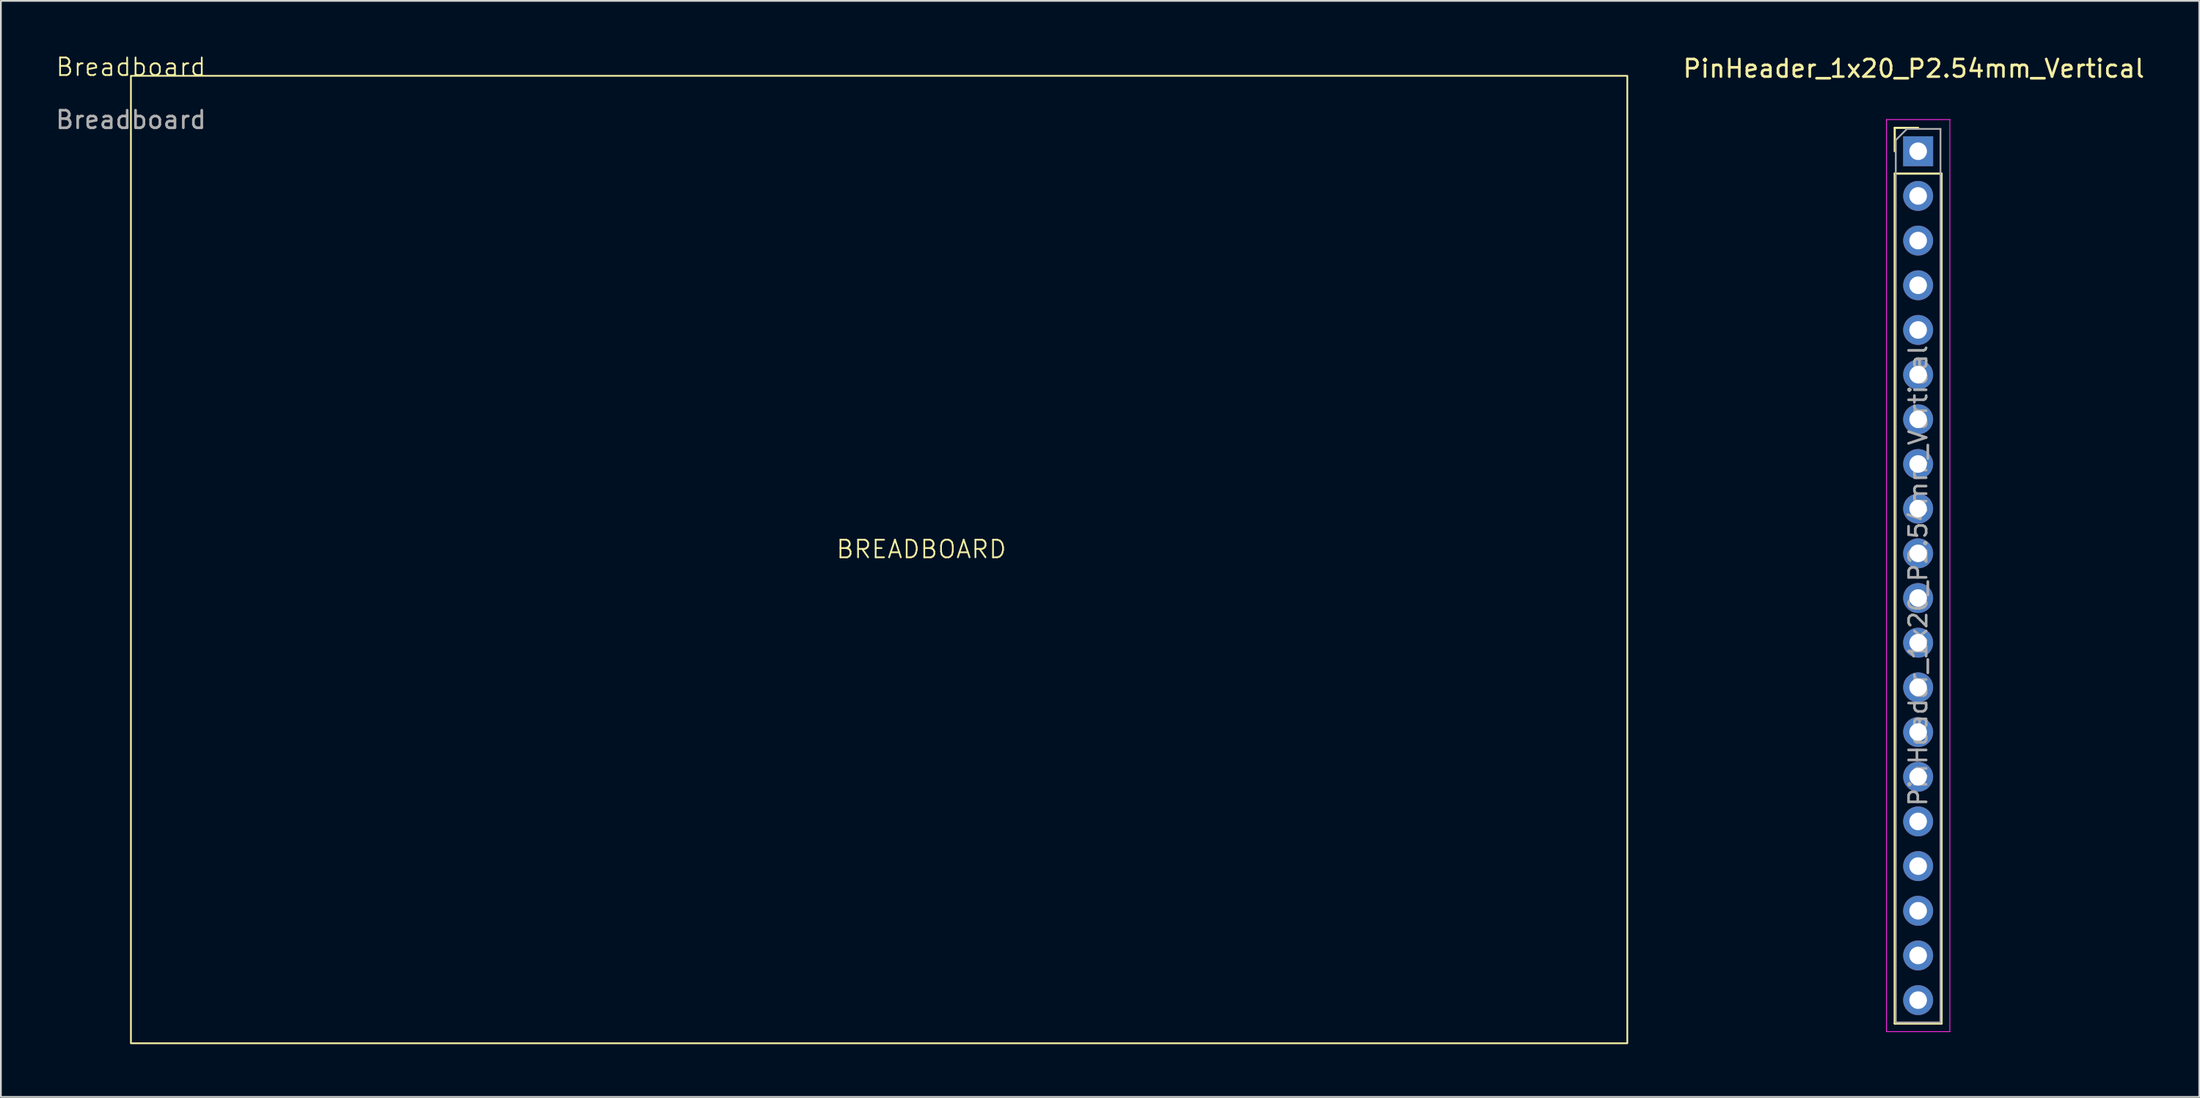
<source format=kicad_pcb>
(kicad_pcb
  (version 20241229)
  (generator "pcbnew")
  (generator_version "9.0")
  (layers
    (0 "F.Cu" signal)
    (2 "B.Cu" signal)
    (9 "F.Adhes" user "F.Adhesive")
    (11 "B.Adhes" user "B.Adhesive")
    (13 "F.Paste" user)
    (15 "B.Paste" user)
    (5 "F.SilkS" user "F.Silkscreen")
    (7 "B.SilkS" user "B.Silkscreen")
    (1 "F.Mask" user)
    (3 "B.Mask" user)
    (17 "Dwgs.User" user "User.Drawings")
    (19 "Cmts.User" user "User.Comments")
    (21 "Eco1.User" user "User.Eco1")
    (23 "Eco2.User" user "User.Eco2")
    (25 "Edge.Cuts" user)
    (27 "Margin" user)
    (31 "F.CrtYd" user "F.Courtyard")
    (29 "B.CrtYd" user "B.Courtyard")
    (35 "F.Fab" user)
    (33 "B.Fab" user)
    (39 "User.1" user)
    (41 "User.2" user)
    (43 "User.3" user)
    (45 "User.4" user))
  (footprint "Breadboard"
    (layer "F.Cu")
    (at 4.387 1.26)
    (property "Reference" "Breadboard" (at 0 -0.5 0) (unlocked yes) (layer "F.SilkS") (effects (font (size 1 1) (thickness 0.1))))
    (attr smd)
    (fp_rect (start 0 0) (end 85 55) (stroke (width 0.1) (type default)) (fill no) (layer "F.SilkS"))
    (fp_text user "BREADBOARD" (at 40 27.5 0) (unlocked yes) (layer "F.SilkS") (effects (font (size 1 1) (thickness 0.1)) (justify left bottom)))
    (fp_text user "${REFERENCE}" (at 0 2.5 0) (unlocked yes) (layer "F.Fab") (effects (font (size 1 1) (thickness 0.15)))))
  (footprint "PinHeader_1x20_P2.54mm_Vertical"
    (layer "F.Cu")
    (at 105.907 5.548)
    (property "Reference" "PinHeader_1x20_P2.54mm_Vertical" (at -0.25 -4.7 0) (layer "F.SilkS") (effects (font (size 1 1) (thickness 0.15))))
    (attr through_hole)
    (fp_line (start -1.33 -1.33) (end 0 -1.33) (stroke (width 0.12) (type solid)) (layer "F.SilkS"))
    (fp_line (start -1.33 0) (end -1.33 -1.33) (stroke (width 0.12) (type solid)) (layer "F.SilkS"))
    (fp_line (start -1.33 1.27) (end -1.33 49.59) (stroke (width 0.12) (type solid)) (layer "F.SilkS"))
    (fp_line (start -1.33 1.27) (end 1.33 1.27) (stroke (width 0.12) (type solid)) (layer "F.SilkS"))
    (fp_line (start -1.33 49.59) (end 1.33 49.59) (stroke (width 0.12) (type solid)) (layer "F.SilkS"))
    (fp_line (start 1.33 1.27) (end 1.33 49.59) (stroke (width 0.12) (type solid)) (layer "F.SilkS"))
    (fp_line (start -1.8 -1.8) (end -1.8 50.05) (stroke (width 0.05) (type solid)) (layer "F.CrtYd"))
    (fp_line (start -1.8 50.05) (end 1.8 50.05) (stroke (width 0.05) (type solid)) (layer "F.CrtYd"))
    (fp_line (start 1.8 -1.8) (end -1.8 -1.8) (stroke (width 0.05) (type solid)) (layer "F.CrtYd"))
    (fp_line (start 1.8 50.05) (end 1.8 -1.8) (stroke (width 0.05) (type solid)) (layer "F.CrtYd"))
    (fp_line (start -1.27 -0.635) (end -0.635 -1.27) (stroke (width 0.1) (type solid)) (layer "F.Fab"))
    (fp_line (start -1.27 49.53) (end -1.27 -0.635) (stroke (width 0.1) (type solid)) (layer "F.Fab"))
    (fp_line (start -0.635 -1.27) (end 1.27 -1.27) (stroke (width 0.1) (type solid)) (layer "F.Fab"))
    (fp_line (start 1.27 -1.27) (end 1.27 49.53) (stroke (width 0.1) (type solid)) (layer "F.Fab"))
    (fp_line (start 1.27 49.53) (end -1.27 49.53) (stroke (width 0.1) (type solid)) (layer "F.Fab"))
    (fp_text user "${REFERENCE}" (at 0 24.13 270) (layer "F.Fab") (effects (font (size 1 1) (thickness 0.15))))
    (pad "1" thru_hole rect (at 0 0) (size 1.7 1.7) (drill 1) (layers "*.Cu" "*.Mask"))
    (pad "2" thru_hole oval (at 0 2.54) (size 1.7 1.7) (drill 1) (layers "*.Cu" "*.Mask"))
    (pad "3" thru_hole oval (at 0 5.08) (size 1.7 1.7) (drill 1) (layers "*.Cu" "*.Mask"))
    (pad "4" thru_hole oval (at 0 7.62) (size 1.7 1.7) (drill 1) (layers "*.Cu" "*.Mask"))
    (pad "5" thru_hole oval (at 0 10.16) (size 1.7 1.7) (drill 1) (layers "*.Cu" "*.Mask"))
    (pad "6" thru_hole oval (at 0 12.7) (size 1.7 1.7) (drill 1) (layers "*.Cu" "*.Mask"))
    (pad "7" thru_hole oval (at 0 15.24) (size 1.7 1.7) (drill 1) (layers "*.Cu" "*.Mask"))
    (pad "8" thru_hole oval (at 0 17.78) (size 1.7 1.7) (drill 1) (layers "*.Cu" "*.Mask"))
    (pad "9" thru_hole oval (at 0 20.32) (size 1.7 1.7) (drill 1) (layers "*.Cu" "*.Mask"))
    (pad "10" thru_hole oval (at 0 22.86) (size 1.7 1.7) (drill 1) (layers "*.Cu" "*.Mask"))
    (pad "11" thru_hole oval (at 0 25.4) (size 1.7 1.7) (drill 1) (layers "*.Cu" "*.Mask"))
    (pad "12" thru_hole oval (at 0 27.94) (size 1.7 1.7) (drill 1) (layers "*.Cu" "*.Mask"))
    (pad "13" thru_hole oval (at 0 30.48) (size 1.7 1.7) (drill 1) (layers "*.Cu" "*.Mask"))
    (pad "14" thru_hole oval (at 0 33.02) (size 1.7 1.7) (drill 1) (layers "*.Cu" "*.Mask"))
    (pad "15" thru_hole oval (at 0 35.56) (size 1.7 1.7) (drill 1) (layers "*.Cu" "*.Mask"))
    (pad "16" thru_hole oval (at 0 38.1) (size 1.7 1.7) (drill 1) (layers "*.Cu" "*.Mask"))
    (pad "17" thru_hole oval (at 0 40.64) (size 1.7 1.7) (drill 1) (layers "*.Cu" "*.Mask"))
    (pad "18" thru_hole oval (at 0 43.18) (size 1.7 1.7) (drill 1) (layers "*.Cu" "*.Mask"))
    (pad "19" thru_hole oval (at 0 45.72) (size 1.7 1.7) (drill 1) (layers "*.Cu" "*.Mask"))
    (pad "20" thru_hole oval (at 0 48.26) (size 1.7 1.7) (drill 1) (layers "*.Cu" "*.Mask")))
  (gr_rect
    (start -3 -3)
    (end 121.877 59.31)
    (stroke (width 0.1) (type default))
    (fill no)
    (layer "Edge.Cuts")))
</source>
